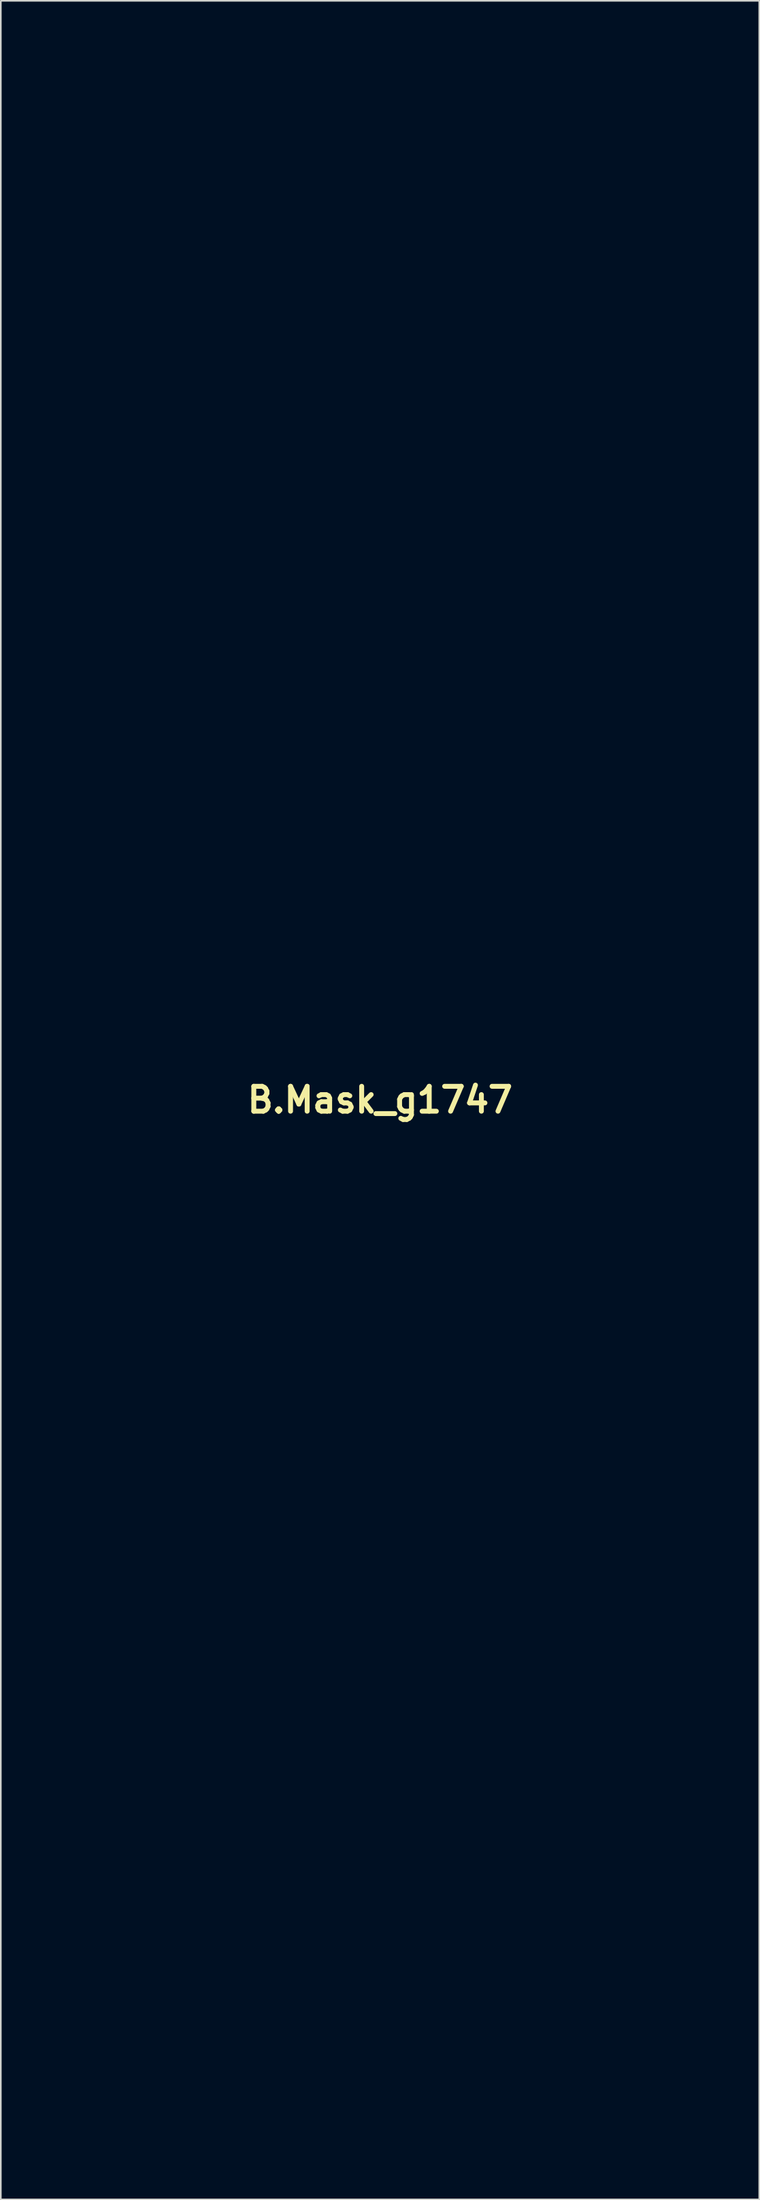
<source format=kicad_pcb>
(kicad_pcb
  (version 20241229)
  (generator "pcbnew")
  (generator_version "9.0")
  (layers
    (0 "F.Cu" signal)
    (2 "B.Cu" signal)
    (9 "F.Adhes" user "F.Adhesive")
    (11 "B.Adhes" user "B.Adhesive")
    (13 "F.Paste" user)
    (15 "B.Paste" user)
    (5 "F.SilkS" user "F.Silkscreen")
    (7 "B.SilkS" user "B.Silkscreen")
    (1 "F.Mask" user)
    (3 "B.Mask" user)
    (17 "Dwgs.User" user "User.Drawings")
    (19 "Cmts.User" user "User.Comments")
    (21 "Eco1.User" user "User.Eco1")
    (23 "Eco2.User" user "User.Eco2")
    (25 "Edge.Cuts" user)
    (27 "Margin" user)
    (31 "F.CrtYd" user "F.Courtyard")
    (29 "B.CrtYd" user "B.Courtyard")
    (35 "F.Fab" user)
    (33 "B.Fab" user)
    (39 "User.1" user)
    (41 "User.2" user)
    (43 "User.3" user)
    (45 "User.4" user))
  (footprint "B.Mask_g1747"
    (layer "F.Cu")
    (at 20.219 64.246)
    (property "Reference" "B.Mask_g1747" (at 0 0 0) (layer "F.SilkS") (effects (font (size 1.524 1.524) (thickness 0.3))))
    (attr through_hole)
    (fp_poly (pts (xy 20.214 -57.764) (xy -20.214 -57.764) (xy -20.214 -64.241) (xy 20.214 -64.241) (xy 20.214 -57.764)) (stroke (width 0.01) (type solid)) (fill yes) (layer "B.Mask"))
    (fp_poly (pts (xy 20.214 64.262) (xy -20.214 64.262) (xy -20.214 58.251) (xy 20.214 58.251) (xy 20.214 64.262)) (stroke (width 0.01) (type solid)) (fill yes) (layer "B.Mask"))
    (fp_poly (pts (xy 1.044 -2.198) (xy 1.289 -2.133) (xy 1.511 -2.038) (xy 1.713 -1.911) (xy 1.897 -1.75) (xy 2.056 -1.562) (xy 2.186 -1.353) (xy 2.274 -1.146) (xy 2.338 -0.897) (xy 2.362 -0.647) (xy 2.347 -0.4) (xy 2.295 -0.161) (xy 2.209 0.067) (xy 2.089 0.279) (xy 1.937 0.472) (xy 1.755 0.64) (xy 1.544 0.781) (xy 1.503 0.803) (xy 1.277 0.899) (xy 1.035 0.961) (xy 0.789 0.987) (xy 0.546 0.976) (xy 0.459 0.963) (xy 0.212 0.895) (xy -0.018 0.79) (xy -0.228 0.651) (xy -0.414 0.482) (xy -0.573 0.285) (xy -0.701 0.064) (xy -0.775 -0.116) (xy -0.818 -0.287) (xy -0.842 -0.481) (xy -0.846 -0.682) (xy -0.83 -0.874) (xy -0.806 -0.997) (xy -0.724 -1.244) (xy -0.609 -1.468) (xy -0.465 -1.666) (xy -0.296 -1.836) (xy -0.105 -1.978) (xy 0.103 -2.09) (xy 0.326 -2.169) (xy 0.56 -2.215) (xy 0.8 -2.225) (xy 1.044 -2.198)) (stroke (width 0.01) (type solid)) (fill yes) (layer "B.Mask"))
    (fp_poly (pts (xy 6.124 -2.198) (xy 6.369 -2.133) (xy 6.591 -2.038) (xy 6.793 -1.911) (xy 6.977 -1.75) (xy 7.136 -1.562) (xy 7.266 -1.353) (xy 7.354 -1.146) (xy 7.418 -0.897) (xy 7.441 -0.649) (xy 7.427 -0.404) (xy 7.377 -0.168) (xy 7.292 0.057) (xy 7.176 0.267) (xy 7.029 0.457) (xy 6.854 0.624) (xy 6.654 0.765) (xy 6.429 0.875) (xy 6.265 0.93) (xy 6.086 0.966) (xy 5.89 0.984) (xy 5.695 0.982) (xy 5.539 0.963) (xy 5.292 0.895) (xy 5.062 0.79) (xy 4.852 0.651) (xy 4.666 0.482) (xy 4.507 0.285) (xy 4.379 0.064) (xy 4.305 -0.116) (xy 4.262 -0.287) (xy 4.238 -0.481) (xy 4.234 -0.682) (xy 4.25 -0.874) (xy 4.274 -0.997) (xy 4.356 -1.244) (xy 4.471 -1.468) (xy 4.615 -1.666) (xy 4.784 -1.836) (xy 4.975 -1.978) (xy 5.183 -2.09) (xy 5.406 -2.169) (xy 5.64 -2.215) (xy 5.88 -2.225) (xy 6.124 -2.198)) (stroke (width 0.01) (type solid)) (fill yes) (layer "B.Mask"))
    (fp_poly (pts (xy 6.015 4.124) (xy 6.258 4.17) (xy 6.497 4.256) (xy 6.583 4.298) (xy 6.798 4.432) (xy 6.982 4.593) (xy 7.137 4.777) (xy 7.261 4.979) (xy 7.353 5.196) (xy 7.413 5.423) (xy 7.439 5.657) (xy 7.432 5.892) (xy 7.391 6.126) (xy 7.314 6.353) (xy 7.201 6.571) (xy 7.052 6.773) (xy 7.023 6.806) (xy 6.846 6.97) (xy 6.642 7.109) (xy 6.42 7.217) (xy 6.19 7.289) (xy 6.187 7.29) (xy 6.031 7.313) (xy 5.854 7.322) (xy 5.675 7.316) (xy 5.51 7.296) (xy 5.44 7.28) (xy 5.193 7.195) (xy 4.967 7.076) (xy 4.766 6.923) (xy 4.593 6.741) (xy 4.449 6.532) (xy 4.337 6.299) (xy 4.274 6.098) (xy 4.243 5.92) (xy 4.233 5.723) (xy 4.243 5.523) (xy 4.273 5.334) (xy 4.305 5.218) (xy 4.407 4.98) (xy 4.54 4.768) (xy 4.7 4.583) (xy 4.883 4.426) (xy 5.086 4.299) (xy 5.304 4.204) (xy 5.534 4.142) (xy 5.773 4.115) (xy 6.015 4.124)) (stroke (width 0.01) (type solid)) (fill yes) (layer "B.Mask"))
    (fp_poly (pts (xy 0.935 4.124) (xy 1.178 4.17) (xy 1.417 4.256) (xy 1.503 4.298) (xy 1.719 4.433) (xy 1.905 4.595) (xy 2.061 4.781) (xy 2.186 4.987) (xy 2.278 5.208) (xy 2.337 5.44) (xy 2.361 5.68) (xy 2.349 5.922) (xy 2.3 6.164) (xy 2.213 6.4) (xy 2.134 6.55) (xy 2.077 6.635) (xy 1.999 6.734) (xy 1.912 6.831) (xy 1.875 6.869) (xy 1.679 7.035) (xy 1.462 7.165) (xy 1.226 7.258) (xy 1.14 7.281) (xy 0.958 7.312) (xy 0.761 7.323) (xy 0.564 7.315) (xy 0.386 7.287) (xy 0.36 7.28) (xy 0.113 7.195) (xy -0.113 7.076) (xy -0.314 6.923) (xy -0.487 6.741) (xy -0.631 6.532) (xy -0.743 6.299) (xy -0.806 6.098) (xy -0.837 5.92) (xy -0.847 5.723) (xy -0.837 5.523) (xy -0.807 5.334) (xy -0.775 5.218) (xy -0.673 4.98) (xy -0.54 4.768) (xy -0.38 4.583) (xy -0.197 4.426) (xy 0.006 4.299) (xy 0.224 4.204) (xy 0.454 4.142) (xy 0.693 4.115) (xy 0.935 4.124)) (stroke (width 0.01) (type solid)) (fill yes) (layer "B.Mask"))
    (fp_poly (pts (xy 0.993 10.489) (xy 1.25 10.546) (xy 1.36 10.583) (xy 1.547 10.673) (xy 1.729 10.797) (xy 1.898 10.95) (xy 2.046 11.122) (xy 2.166 11.307) (xy 2.188 11.351) (xy 2.266 11.525) (xy 2.317 11.688) (xy 2.346 11.855) (xy 2.356 12.043) (xy 2.356 12.076) (xy 2.348 12.269) (xy 2.323 12.438) (xy 2.275 12.6) (xy 2.202 12.772) (xy 2.188 12.801) (xy 2.059 13.015) (xy 1.899 13.205) (xy 1.713 13.366) (xy 1.504 13.496) (xy 1.277 13.594) (xy 1.037 13.657) (xy 0.787 13.683) (xy 0.556 13.672) (xy 0.305 13.621) (xy 0.069 13.532) (xy -0.148 13.407) (xy -0.344 13.248) (xy -0.516 13.058) (xy -0.658 12.839) (xy -0.677 12.805) (xy -0.769 12.582) (xy -0.826 12.345) (xy -0.847 12.099) (xy -0.833 11.852) (xy -0.782 11.612) (xy -0.697 11.386) (xy -0.677 11.346) (xy -0.538 11.124) (xy -0.373 10.931) (xy -0.183 10.771) (xy 0.026 10.643) (xy 0.252 10.55) (xy 0.491 10.492) (xy 0.739 10.471) (xy 0.993 10.489)) (stroke (width 0.01) (type solid)) (fill yes) (layer "B.Mask"))
    (fp_poly (pts (xy 6.012 10.48) (xy 6.269 10.528) (xy 6.507 10.614) (xy 6.726 10.738) (xy 6.928 10.901) (xy 7.108 11.094) (xy 7.247 11.302) (xy 7.348 11.526) (xy 7.411 11.767) (xy 7.436 12.028) (xy 7.436 12.076) (xy 7.428 12.269) (xy 7.403 12.438) (xy 7.355 12.6) (xy 7.282 12.772) (xy 7.268 12.801) (xy 7.139 13.015) (xy 6.979 13.205) (xy 6.793 13.366) (xy 6.584 13.496) (xy 6.357 13.594) (xy 6.117 13.657) (xy 5.867 13.683) (xy 5.636 13.672) (xy 5.388 13.622) (xy 5.154 13.533) (xy 4.938 13.41) (xy 4.743 13.254) (xy 4.573 13.07) (xy 4.431 12.859) (xy 4.32 12.625) (xy 4.284 12.52) (xy 4.264 12.424) (xy 4.25 12.298) (xy 4.243 12.154) (xy 4.243 12.003) (xy 4.249 11.859) (xy 4.263 11.732) (xy 4.283 11.634) (xy 4.284 11.631) (xy 4.379 11.389) (xy 4.507 11.17) (xy 4.664 10.976) (xy 4.847 10.81) (xy 5.051 10.674) (xy 5.274 10.571) (xy 5.512 10.502) (xy 5.76 10.472) (xy 6.012 10.48)) (stroke (width 0.01) (type solid)) (fill yes) (layer "B.Mask"))
    (fp_poly (pts (xy 0.875 16.826) (xy 1.129 16.864) (xy 1.264 16.901) (xy 1.489 16.994) (xy 1.697 17.123) (xy 1.884 17.283) (xy 2.046 17.471) (xy 2.18 17.681) (xy 2.28 17.908) (xy 2.321 18.05) (xy 2.343 18.179) (xy 2.354 18.333) (xy 2.355 18.497) (xy 2.345 18.654) (xy 2.324 18.789) (xy 2.321 18.807) (xy 2.294 18.893) (xy 2.255 18.999) (xy 2.209 19.107) (xy 2.188 19.151) (xy 2.06 19.364) (xy 1.9 19.552) (xy 1.714 19.713) (xy 1.506 19.844) (xy 1.28 19.943) (xy 1.042 20.007) (xy 0.796 20.035) (xy 0.545 20.022) (xy 0.543 20.022) (xy 0.294 19.968) (xy 0.063 19.879) (xy -0.148 19.757) (xy -0.335 19.607) (xy -0.497 19.431) (xy -0.632 19.234) (xy -0.736 19.018) (xy -0.808 18.788) (xy -0.845 18.546) (xy -0.845 18.297) (xy -0.805 18.043) (xy -0.805 18.039) (xy -0.726 17.802) (xy -0.611 17.581) (xy -0.463 17.379) (xy -0.286 17.201) (xy -0.083 17.053) (xy 0.138 16.939) (xy 0.373 16.864) (xy 0.62 16.826) (xy 0.875 16.826)) (stroke (width 0.01) (type solid)) (fill yes) (layer "B.Mask"))
    (fp_poly (pts (xy 6.012 16.83) (xy 6.269 16.878) (xy 6.507 16.964) (xy 6.726 17.088) (xy 6.928 17.251) (xy 7.108 17.444) (xy 7.247 17.652) (xy 7.348 17.876) (xy 7.411 18.117) (xy 7.436 18.378) (xy 7.436 18.426) (xy 7.428 18.619) (xy 7.403 18.788) (xy 7.355 18.95) (xy 7.282 19.122) (xy 7.268 19.151) (xy 7.14 19.364) (xy 6.98 19.552) (xy 6.794 19.713) (xy 6.586 19.844) (xy 6.36 19.943) (xy 6.122 20.007) (xy 5.876 20.035) (xy 5.625 20.022) (xy 5.623 20.022) (xy 5.372 19.967) (xy 5.137 19.875) (xy 4.921 19.749) (xy 4.727 19.59) (xy 4.558 19.402) (xy 4.418 19.187) (xy 4.311 18.949) (xy 4.284 18.87) (xy 4.264 18.774) (xy 4.25 18.648) (xy 4.243 18.504) (xy 4.243 18.353) (xy 4.249 18.209) (xy 4.263 18.082) (xy 4.283 17.984) (xy 4.284 17.981) (xy 4.379 17.739) (xy 4.507 17.52) (xy 4.664 17.326) (xy 4.847 17.16) (xy 5.051 17.024) (xy 5.274 16.921) (xy 5.512 16.852) (xy 5.76 16.822) (xy 6.012 16.83)) (stroke (width 0.01) (type solid)) (fill yes) (layer "B.Mask"))
    (fp_poly (pts (xy 13.012 0.671) (xy 13.31 0.712) (xy 13.602 0.789) (xy 13.885 0.901) (xy 14.156 1.049) (xy 14.41 1.232) (xy 14.645 1.45) (xy 14.847 1.693) (xy 15.014 1.956) (xy 15.146 2.235) (xy 15.241 2.527) (xy 15.301 2.827) (xy 15.324 3.132) (xy 15.311 3.439) (xy 15.261 3.742) (xy 15.173 4.039) (xy 15.047 4.325) (xy 14.896 4.579) (xy 14.697 4.835) (xy 14.469 5.061) (xy 14.214 5.256) (xy 13.934 5.417) (xy 13.631 5.544) (xy 13.441 5.603) (xy 13.287 5.634) (xy 13.106 5.656) (xy 12.909 5.667) (xy 12.711 5.668) (xy 12.524 5.658) (xy 12.361 5.637) (xy 12.33 5.631) (xy 12.009 5.544) (xy 11.711 5.421) (xy 11.436 5.262) (xy 11.325 5.184) (xy 11.079 4.976) (xy 10.867 4.744) (xy 10.689 4.494) (xy 10.545 4.227) (xy 10.435 3.948) (xy 10.36 3.659) (xy 10.32 3.364) (xy 10.314 3.067) (xy 10.344 2.771) (xy 10.409 2.478) (xy 10.51 2.193) (xy 10.647 1.918) (xy 10.821 1.658) (xy 11.03 1.415) (xy 11.06 1.385) (xy 11.3 1.175) (xy 11.559 1.001) (xy 11.833 0.863) (xy 12.119 0.762) (xy 12.413 0.696) (xy 12.712 0.665) (xy 13.012 0.671)) (stroke (width 0.01) (type solid)) (fill yes) (layer "B.Mask"))
    (fp_poly (pts (xy 10.734 -23.205) (xy 11.087 -23.142) (xy 11.434 -23.042) (xy 11.772 -22.907) (xy 12.097 -22.736) (xy 12.406 -22.529) (xy 12.698 -22.285) (xy 12.794 -22.192) (xy 13.051 -21.907) (xy 13.272 -21.599) (xy 13.459 -21.272) (xy 13.608 -20.93) (xy 13.721 -20.575) (xy 13.797 -20.209) (xy 13.833 -19.838) (xy 13.831 -19.463) (xy 13.789 -19.087) (xy 13.706 -18.714) (xy 13.652 -18.537) (xy 13.514 -18.189) (xy 13.339 -17.858) (xy 13.131 -17.549) (xy 12.893 -17.263) (xy 12.628 -17.004) (xy 12.338 -16.773) (xy 12.025 -16.573) (xy 11.694 -16.408) (xy 11.347 -16.28) (xy 11.197 -16.237) (xy 10.881 -16.171) (xy 10.557 -16.13) (xy 10.24 -16.116) (xy 9.957 -16.13) (xy 9.573 -16.187) (xy 9.202 -16.284) (xy 8.848 -16.418) (xy 8.511 -16.587) (xy 8.195 -16.791) (xy 7.903 -17.027) (xy 7.636 -17.294) (xy 7.397 -17.59) (xy 7.189 -17.913) (xy 7.096 -18.087) (xy 6.944 -18.438) (xy 6.831 -18.802) (xy 6.76 -19.178) (xy 6.728 -19.567) (xy 6.735 -19.928) (xy 6.779 -20.3) (xy 6.863 -20.665) (xy 6.987 -21.02) (xy 7.147 -21.36) (xy 7.343 -21.683) (xy 7.573 -21.983) (xy 7.733 -22.158) (xy 8.015 -22.418) (xy 8.317 -22.642) (xy 8.636 -22.83) (xy 8.968 -22.982) (xy 9.311 -23.099) (xy 9.662 -23.179) (xy 10.018 -23.224) (xy 10.376 -23.232) (xy 10.734 -23.205)) (stroke (width 0.01) (type solid)) (fill yes) (layer "B.Mask"))
    (fp_poly (pts (xy 10.5 -51.168) (xy 10.866 -51.127) (xy 11.226 -51.047) (xy 11.577 -50.93) (xy 11.915 -50.777) (xy 12.239 -50.586) (xy 12.544 -50.36) (xy 12.805 -50.121) (xy 13.06 -49.835) (xy 13.279 -49.53) (xy 13.463 -49.206) (xy 13.61 -48.869) (xy 13.721 -48.52) (xy 13.796 -48.163) (xy 13.833 -47.801) (xy 13.834 -47.436) (xy 13.797 -47.072) (xy 13.722 -46.712) (xy 13.609 -46.359) (xy 13.457 -46.016) (xy 13.267 -45.686) (xy 13.24 -45.646) (xy 13.005 -45.331) (xy 12.743 -45.049) (xy 12.456 -44.799) (xy 12.145 -44.584) (xy 11.812 -44.404) (xy 11.46 -44.26) (xy 11.09 -44.153) (xy 10.703 -44.085) (xy 10.548 -44.069) (xy 10.432 -44.06) (xy 10.344 -44.054) (xy 10.27 -44.052) (xy 10.196 -44.054) (xy 10.109 -44.059) (xy 9.995 -44.068) (xy 9.98 -44.07) (xy 9.625 -44.119) (xy 9.27 -44.206) (xy 8.924 -44.327) (xy 8.595 -44.481) (xy 8.319 -44.646) (xy 8.011 -44.875) (xy 7.732 -45.133) (xy 7.484 -45.416) (xy 7.268 -45.722) (xy 7.085 -46.047) (xy 6.938 -46.39) (xy 6.829 -46.745) (xy 6.759 -47.112) (xy 6.735 -47.355) (xy 6.729 -47.747) (xy 6.76 -48.122) (xy 6.83 -48.484) (xy 6.94 -48.837) (xy 7.089 -49.185) (xy 7.124 -49.255) (xy 7.309 -49.569) (xy 7.528 -49.866) (xy 7.777 -50.14) (xy 8.051 -50.387) (xy 8.346 -50.603) (xy 8.658 -50.783) (xy 8.668 -50.788) (xy 9.024 -50.944) (xy 9.389 -51.059) (xy 9.758 -51.135) (xy 10.129 -51.171) (xy 10.5 -51.168)) (stroke (width 0.01) (type solid)) (fill yes) (layer "B.Mask"))
    (fp_poly (pts (xy 12.975 12.121) (xy 13.126 12.129) (xy 13.26 12.145) (xy 13.39 12.172) (xy 13.529 12.21) (xy 13.618 12.237) (xy 13.907 12.353) (xy 14.18 12.507) (xy 14.435 12.7) (xy 14.637 12.892) (xy 14.848 13.143) (xy 15.021 13.413) (xy 15.156 13.699) (xy 15.252 14.002) (xy 15.308 14.319) (xy 15.325 14.616) (xy 15.304 14.944) (xy 15.244 15.26) (xy 15.145 15.561) (xy 15.006 15.846) (xy 14.829 16.114) (xy 14.637 16.339) (xy 14.398 16.562) (xy 14.142 16.748) (xy 13.868 16.896) (xy 13.573 17.008) (xy 13.254 17.086) (xy 13.221 17.091) (xy 13.108 17.106) (xy 12.969 17.115) (xy 12.819 17.12) (xy 12.675 17.12) (xy 12.553 17.113) (xy 12.52 17.11) (xy 12.471 17.102) (xy 12.395 17.087) (xy 12.303 17.068) (xy 12.258 17.058) (xy 11.952 16.969) (xy 11.664 16.843) (xy 11.397 16.683) (xy 11.153 16.491) (xy 10.934 16.27) (xy 10.744 16.023) (xy 10.584 15.752) (xy 10.457 15.459) (xy 10.365 15.148) (xy 10.348 15.07) (xy 10.336 14.979) (xy 10.327 14.857) (xy 10.323 14.716) (xy 10.322 14.567) (xy 10.325 14.422) (xy 10.332 14.292) (xy 10.343 14.189) (xy 10.348 14.161) (xy 10.431 13.845) (xy 10.551 13.546) (xy 10.705 13.268) (xy 10.892 13.012) (xy 11.108 12.783) (xy 11.351 12.582) (xy 11.62 12.412) (xy 11.878 12.291) (xy 12.062 12.223) (xy 12.232 12.174) (xy 12.403 12.142) (xy 12.587 12.125) (xy 12.795 12.119) (xy 12.975 12.121)) (stroke (width 0.01) (type solid)) (fill yes) (layer "B.Mask"))
    (fp_poly (pts (xy 5.495 42.059) (xy 5.767 42.09) (xy 6.023 42.144) (xy 6.275 42.224) (xy 6.533 42.333) (xy 6.575 42.353) (xy 6.906 42.534) (xy 7.206 42.745) (xy 7.477 42.985) (xy 7.715 43.253) (xy 7.921 43.547) (xy 8.095 43.867) (xy 8.234 44.213) (xy 8.34 44.583) (xy 8.341 44.588) (xy 8.368 44.742) (xy 8.387 44.926) (xy 8.398 45.126) (xy 8.4 45.329) (xy 8.393 45.524) (xy 8.376 45.697) (xy 8.373 45.714) (xy 8.3 46.077) (xy 8.188 46.421) (xy 8.038 46.747) (xy 7.85 47.055) (xy 7.624 47.345) (xy 7.495 47.484) (xy 7.226 47.733) (xy 6.939 47.945) (xy 6.632 48.121) (xy 6.303 48.262) (xy 5.947 48.37) (xy 5.905 48.38) (xy 5.747 48.41) (xy 5.558 48.431) (xy 5.352 48.443) (xy 5.141 48.446) (xy 4.937 48.441) (xy 4.751 48.426) (xy 4.636 48.409) (xy 4.282 48.324) (xy 3.945 48.201) (xy 3.627 48.043) (xy 3.329 47.852) (xy 3.055 47.632) (xy 2.807 47.383) (xy 2.588 47.108) (xy 2.399 46.811) (xy 2.243 46.493) (xy 2.123 46.156) (xy 2.051 45.863) (xy 2.002 45.502) (xy 1.993 45.144) (xy 2.024 44.793) (xy 2.092 44.451) (xy 2.196 44.121) (xy 2.335 43.805) (xy 2.506 43.506) (xy 2.709 43.227) (xy 2.941 42.97) (xy 3.202 42.739) (xy 3.489 42.536) (xy 3.801 42.363) (xy 4.136 42.224) (xy 4.188 42.206) (xy 4.379 42.147) (xy 4.553 42.104) (xy 4.724 42.075) (xy 4.906 42.058) (xy 5.111 42.051) (xy 5.196 42.05) (xy 5.495 42.059)) (stroke (width 0.01) (type solid)) (fill yes) (layer "B.Mask"))
    (fp_poly (pts (xy -14.95 42.05) (xy -14.757 42.061) (xy -14.592 42.081) (xy -14.573 42.085) (xy -14.214 42.172) (xy -13.866 42.298) (xy -13.534 42.46) (xy -13.288 42.612) (xy -13.153 42.714) (xy -13.005 42.84) (xy -12.856 42.981) (xy -12.715 43.127) (xy -12.595 43.266) (xy -12.546 43.328) (xy -12.345 43.636) (xy -12.181 43.962) (xy -12.055 44.302) (xy -11.969 44.653) (xy -11.922 45.012) (xy -11.915 45.376) (xy -11.951 45.741) (xy -11.959 45.795) (xy -12.041 46.148) (xy -12.16 46.486) (xy -12.316 46.807) (xy -12.506 47.107) (xy -12.727 47.384) (xy -12.977 47.636) (xy -13.255 47.859) (xy -13.557 48.052) (xy -13.882 48.211) (xy -14.034 48.27) (xy -14.208 48.328) (xy -14.371 48.373) (xy -14.534 48.404) (xy -14.709 48.425) (xy -14.908 48.437) (xy -15.05 48.441) (xy -15.249 48.443) (xy -15.41 48.44) (xy -15.537 48.432) (xy -15.621 48.42) (xy -15.996 48.334) (xy -16.348 48.211) (xy -16.678 48.053) (xy -16.985 47.859) (xy -17.269 47.631) (xy -17.453 47.449) (xy -17.691 47.167) (xy -17.892 46.863) (xy -18.057 46.537) (xy -18.186 46.188) (xy -18.269 45.868) (xy -18.294 45.713) (xy -18.311 45.529) (xy -18.319 45.328) (xy -18.319 45.124) (xy -18.31 44.929) (xy -18.292 44.755) (xy -18.281 44.683) (xy -18.193 44.324) (xy -18.068 43.983) (xy -17.909 43.663) (xy -17.716 43.364) (xy -17.493 43.09) (xy -17.241 42.843) (xy -16.963 42.624) (xy -16.66 42.436) (xy -16.335 42.281) (xy -15.99 42.162) (xy -15.721 42.097) (xy -15.554 42.071) (xy -15.361 42.055) (xy -15.155 42.048) (xy -14.95 42.05)) (stroke (width 0.01) (type solid)) (fill yes) (layer "B.Mask"))
    (fp_poly (pts (xy -10.046 29.298) (xy -9.938 29.301) (xy -9.662 29.317) (xy -9.415 29.349) (xy -9.185 29.4) (xy -8.958 29.473) (xy -8.725 29.572) (xy -8.551 29.657) (xy -8.241 29.841) (xy -7.956 30.058) (xy -7.697 30.305) (xy -7.467 30.58) (xy -7.268 30.881) (xy -7.103 31.203) (xy -6.994 31.485) (xy -6.919 31.759) (xy -6.867 32.056) (xy -6.839 32.362) (xy -6.837 32.663) (xy -6.859 32.929) (xy -6.929 33.285) (xy -7.035 33.624) (xy -7.176 33.945) (xy -7.35 34.245) (xy -7.553 34.523) (xy -7.784 34.777) (xy -8.04 35.004) (xy -8.319 35.203) (xy -8.618 35.371) (xy -8.935 35.508) (xy -9.267 35.61) (xy -9.612 35.677) (xy -9.968 35.705) (xy -10.332 35.694) (xy -10.34 35.693) (xy -10.472 35.676) (xy -10.628 35.648) (xy -10.794 35.611) (xy -10.953 35.57) (xy -11.09 35.528) (xy -11.094 35.526) (xy -11.431 35.387) (xy -11.746 35.213) (xy -12.037 35.006) (xy -12.303 34.769) (xy -12.54 34.505) (xy -12.747 34.215) (xy -12.922 33.903) (xy -13.063 33.571) (xy -13.167 33.221) (xy -13.201 33.062) (xy -13.222 32.903) (xy -13.235 32.717) (xy -13.24 32.515) (xy -13.236 32.311) (xy -13.223 32.118) (xy -13.202 31.947) (xy -13.189 31.877) (xy -13.107 31.554) (xy -13 31.258) (xy -12.866 30.978) (xy -12.702 30.708) (xy -12.484 30.42) (xy -12.236 30.159) (xy -11.96 29.929) (xy -11.661 29.73) (xy -11.34 29.566) (xy -11.002 29.438) (xy -10.649 29.347) (xy -10.573 29.333) (xy -10.468 29.317) (xy -10.375 29.305) (xy -10.281 29.299) (xy -10.175 29.297) (xy -10.046 29.298)) (stroke (width 0.01) (type solid)) (fill yes) (layer "B.Mask"))
    (fp_poly (pts (xy 10.401 29.298) (xy 10.629 29.311) (xy 10.841 29.337) (xy 10.986 29.365) (xy 11.344 29.469) (xy 11.677 29.607) (xy 11.986 29.779) (xy 12.276 29.987) (xy 12.547 30.233) (xy 12.575 30.261) (xy 12.821 30.542) (xy 13.028 30.841) (xy 13.197 31.158) (xy 13.328 31.493) (xy 13.421 31.846) (xy 13.453 32.031) (xy 13.471 32.201) (xy 13.479 32.394) (xy 13.479 32.597) (xy 13.469 32.798) (xy 13.45 32.984) (xy 13.424 33.142) (xy 13.421 33.158) (xy 13.317 33.524) (xy 13.178 33.868) (xy 13.005 34.189) (xy 12.799 34.485) (xy 12.561 34.754) (xy 12.345 34.952) (xy 12.049 35.172) (xy 11.733 35.355) (xy 11.401 35.501) (xy 11.055 35.609) (xy 10.698 35.677) (xy 10.335 35.706) (xy 9.98 35.693) (xy 9.848 35.676) (xy 9.692 35.648) (xy 9.526 35.611) (xy 9.367 35.57) (xy 9.229 35.528) (xy 9.225 35.526) (xy 8.885 35.386) (xy 8.568 35.211) (xy 8.276 35.004) (xy 8.011 34.767) (xy 7.774 34.501) (xy 7.567 34.208) (xy 7.393 33.891) (xy 7.252 33.552) (xy 7.146 33.193) (xy 7.129 33.117) (xy 7.111 33.025) (xy 7.099 32.934) (xy 7.09 32.836) (xy 7.085 32.719) (xy 7.083 32.573) (xy 7.082 32.512) (xy 7.084 32.314) (xy 7.092 32.146) (xy 7.108 31.995) (xy 7.134 31.85) (xy 7.171 31.698) (xy 7.209 31.563) (xy 7.333 31.223) (xy 7.493 30.903) (xy 7.686 30.606) (xy 7.91 30.332) (xy 8.163 30.086) (xy 8.441 29.868) (xy 8.743 29.682) (xy 9.065 29.529) (xy 9.406 29.411) (xy 9.747 29.333) (xy 9.947 29.309) (xy 10.169 29.297) (xy 10.401 29.298)) (stroke (width 0.01) (type solid)) (fill yes) (layer "B.Mask"))
    (fp_poly (pts (xy -4.79 42.05) (xy -4.597 42.061) (xy -4.432 42.081) (xy -4.413 42.085) (xy -4.131 42.151) (xy -3.848 42.242) (xy -3.576 42.355) (xy -3.327 42.484) (xy -3.193 42.568) (xy -2.892 42.795) (xy -2.623 43.049) (xy -2.388 43.328) (xy -2.187 43.632) (xy -2.021 43.959) (xy -1.99 44.034) (xy -1.884 44.331) (xy -1.812 44.629) (xy -1.77 44.938) (xy -1.757 45.264) (xy -1.777 45.632) (xy -1.839 45.989) (xy -1.94 46.333) (xy -2.08 46.663) (xy -2.258 46.976) (xy -2.473 47.27) (xy -2.645 47.463) (xy -2.846 47.658) (xy -3.044 47.822) (xy -3.25 47.963) (xy -3.471 48.088) (xy -3.666 48.183) (xy -3.844 48.258) (xy -4.024 48.319) (xy -4.222 48.372) (xy -4.255 48.38) (xy -4.413 48.41) (xy -4.602 48.431) (xy -4.808 48.443) (xy -5.019 48.446) (xy -5.223 48.441) (xy -5.409 48.426) (xy -5.524 48.409) (xy -5.875 48.324) (xy -6.212 48.201) (xy -6.531 48.043) (xy -6.829 47.852) (xy -7.105 47.63) (xy -7.355 47.381) (xy -7.576 47.105) (xy -7.765 46.807) (xy -7.921 46.487) (xy -8 46.277) (xy -8.06 46.081) (xy -8.104 45.901) (xy -8.133 45.722) (xy -8.15 45.531) (xy -8.157 45.314) (xy -8.157 45.265) (xy -8.155 45.055) (xy -8.145 44.875) (xy -8.125 44.711) (xy -8.094 44.553) (xy -8.05 44.388) (xy -8 44.232) (xy -7.865 43.89) (xy -7.694 43.571) (xy -7.491 43.276) (xy -7.257 43.008) (xy -6.996 42.768) (xy -6.708 42.558) (xy -6.396 42.381) (xy -6.063 42.237) (xy -5.711 42.13) (xy -5.561 42.097) (xy -5.394 42.071) (xy -5.201 42.055) (xy -4.995 42.048) (xy -4.79 42.05)) (stroke (width 0.01) (type solid)) (fill yes) (layer "B.Mask"))
    (fp_poly (pts (xy -11.072 5.986) (xy -10.698 6.031) (xy -10.331 6.114) (xy -9.973 6.237) (xy -9.797 6.314) (xy -9.457 6.496) (xy -9.143 6.711) (xy -8.856 6.957) (xy -8.597 7.231) (xy -8.37 7.531) (xy -8.174 7.855) (xy -8.012 8.201) (xy -7.886 8.566) (xy -7.798 8.943) (xy -7.778 9.094) (xy -7.765 9.274) (xy -7.759 9.471) (xy -7.761 9.672) (xy -7.769 9.864) (xy -7.785 10.035) (xy -7.798 10.128) (xy -7.887 10.506) (xy -8.012 10.867) (xy -8.172 11.208) (xy -8.364 11.529) (xy -8.587 11.825) (xy -8.838 12.096) (xy -9.116 12.34) (xy -9.418 12.553) (xy -9.742 12.734) (xy -10.085 12.88) (xy -10.447 12.99) (xy -10.567 13.017) (xy -10.933 13.076) (xy -11.291 13.096) (xy -11.647 13.079) (xy -12.026 13.021) (xy -12.393 12.925) (xy -12.746 12.791) (xy -13.081 12.621) (xy -13.396 12.418) (xy -13.687 12.182) (xy -13.953 11.917) (xy -14.191 11.624) (xy -14.397 11.304) (xy -14.489 11.134) (xy -14.617 10.849) (xy -14.72 10.55) (xy -14.788 10.297) (xy -14.807 10.215) (xy -14.821 10.144) (xy -14.832 10.077) (xy -14.839 10.006) (xy -14.844 9.924) (xy -14.846 9.822) (xy -14.847 9.693) (xy -14.848 9.536) (xy -14.847 9.373) (xy -14.846 9.245) (xy -14.844 9.145) (xy -14.839 9.063) (xy -14.831 8.992) (xy -14.821 8.925) (xy -14.806 8.854) (xy -14.788 8.774) (xy -14.676 8.387) (xy -14.529 8.023) (xy -14.348 7.683) (xy -14.134 7.368) (xy -13.887 7.08) (xy -13.61 6.82) (xy -13.301 6.588) (xy -12.963 6.386) (xy -12.891 6.349) (xy -12.546 6.199) (xy -12.188 6.087) (xy -11.82 6.015) (xy -11.447 5.981) (xy -11.072 5.986)) (stroke (width 0.01) (type solid)) (fill yes) (layer "B.Mask"))
    (fp_poly (pts (xy -11.064 -23.225) (xy -10.696 -23.181) (xy -10.332 -23.098) (xy -9.976 -22.976) (xy -9.79 -22.894) (xy -9.451 -22.71) (xy -9.139 -22.495) (xy -8.855 -22.252) (xy -8.6 -21.982) (xy -8.376 -21.689) (xy -8.184 -21.375) (xy -8.025 -21.043) (xy -7.901 -20.696) (xy -7.814 -20.336) (xy -7.764 -19.966) (xy -7.753 -19.588) (xy -7.782 -19.206) (xy -7.802 -19.071) (xy -7.886 -18.702) (xy -8.008 -18.346) (xy -8.167 -18.006) (xy -8.36 -17.686) (xy -8.586 -17.387) (xy -8.841 -17.114) (xy -9.125 -16.867) (xy -9.434 -16.651) (xy -9.766 -16.467) (xy -9.93 -16.393) (xy -10.242 -16.281) (xy -10.576 -16.196) (xy -10.919 -16.141) (xy -11.262 -16.117) (xy -11.592 -16.126) (xy -11.633 -16.13) (xy -12.015 -16.187) (xy -12.383 -16.283) (xy -12.736 -16.416) (xy -13.07 -16.584) (xy -13.384 -16.785) (xy -13.675 -17.018) (xy -13.941 -17.28) (xy -14.178 -17.569) (xy -14.385 -17.884) (xy -14.559 -18.222) (xy -14.658 -18.468) (xy -14.693 -18.57) (xy -14.73 -18.696) (xy -14.766 -18.827) (xy -14.788 -18.913) (xy -14.807 -18.995) (xy -14.821 -19.066) (xy -14.832 -19.133) (xy -14.839 -19.204) (xy -14.844 -19.286) (xy -14.846 -19.388) (xy -14.847 -19.517) (xy -14.848 -19.674) (xy -14.847 -19.837) (xy -14.846 -19.965) (xy -14.844 -20.066) (xy -14.839 -20.148) (xy -14.831 -20.218) (xy -14.821 -20.285) (xy -14.806 -20.356) (xy -14.788 -20.435) (xy -14.68 -20.814) (xy -14.541 -21.166) (xy -14.369 -21.494) (xy -14.163 -21.801) (xy -13.921 -22.09) (xy -13.776 -22.238) (xy -13.49 -22.486) (xy -13.183 -22.7) (xy -12.857 -22.879) (xy -12.516 -23.022) (xy -12.163 -23.129) (xy -11.801 -23.198) (xy -11.434 -23.231) (xy -11.064 -23.225)) (stroke (width 0.01) (type solid)) (fill yes) (layer "B.Mask"))
    (fp_poly (pts (xy 15.696 42.058) (xy 16.061 42.117) (xy 16.097 42.125) (xy 16.44 42.226) (xy 16.768 42.364) (xy 17.076 42.538) (xy 17.364 42.744) (xy 17.627 42.98) (xy 17.863 43.243) (xy 18.069 43.531) (xy 18.242 43.841) (xy 18.38 44.17) (xy 18.41 44.26) (xy 18.457 44.413) (xy 18.493 44.545) (xy 18.518 44.666) (xy 18.536 44.788) (xy 18.546 44.921) (xy 18.551 45.074) (xy 18.552 45.254) (xy 18.551 45.413) (xy 18.548 45.539) (xy 18.543 45.64) (xy 18.535 45.725) (xy 18.523 45.804) (xy 18.507 45.884) (xy 18.504 45.896) (xy 18.402 46.263) (xy 18.265 46.607) (xy 18.092 46.928) (xy 17.884 47.225) (xy 17.675 47.464) (xy 17.406 47.716) (xy 17.124 47.929) (xy 16.823 48.106) (xy 16.501 48.248) (xy 16.152 48.359) (xy 16.066 48.38) (xy 15.907 48.41) (xy 15.718 48.431) (xy 15.512 48.443) (xy 15.301 48.446) (xy 15.097 48.441) (xy 14.911 48.426) (xy 14.796 48.409) (xy 14.442 48.324) (xy 14.104 48.2) (xy 13.784 48.042) (xy 13.485 47.851) (xy 13.21 47.629) (xy 12.961 47.378) (xy 12.74 47.102) (xy 12.551 46.802) (xy 12.396 46.48) (xy 12.289 46.182) (xy 12.243 46.016) (xy 12.208 45.867) (xy 12.185 45.722) (xy 12.17 45.569) (xy 12.163 45.396) (xy 12.162 45.233) (xy 12.164 45.075) (xy 12.168 44.949) (xy 12.175 44.844) (xy 12.186 44.752) (xy 12.202 44.661) (xy 12.209 44.629) (xy 12.308 44.262) (xy 12.442 43.916) (xy 12.611 43.593) (xy 12.814 43.294) (xy 13.049 43.022) (xy 13.315 42.776) (xy 13.61 42.561) (xy 13.931 42.378) (xy 14.267 42.234) (xy 14.614 42.129) (xy 14.97 42.065) (xy 15.331 42.041) (xy 15.696 42.058)) (stroke (width 0.01) (type solid)) (fill yes) (layer "B.Mask"))
    (fp_poly (pts (xy -10.798 -51.137) (xy -10.425 -51.063) (xy -10.176 -50.99) (xy -9.824 -50.852) (xy -9.495 -50.68) (xy -9.189 -50.477) (xy -8.91 -50.245) (xy -8.657 -49.987) (xy -8.432 -49.706) (xy -8.236 -49.404) (xy -8.072 -49.085) (xy -7.94 -48.75) (xy -7.842 -48.403) (xy -7.779 -48.046) (xy -7.752 -47.683) (xy -7.764 -47.314) (xy -7.815 -46.945) (xy -7.898 -46.603) (xy -8.027 -46.24) (xy -8.192 -45.898) (xy -8.389 -45.579) (xy -8.618 -45.286) (xy -8.874 -45.019) (xy -9.157 -44.781) (xy -9.464 -44.573) (xy -9.793 -44.398) (xy -10.141 -44.257) (xy -10.505 -44.152) (xy -10.885 -44.085) (xy -11.037 -44.07) (xy -11.153 -44.061) (xy -11.24 -44.055) (xy -11.311 -44.052) (xy -11.377 -44.053) (xy -11.454 -44.057) (xy -11.552 -44.065) (xy -11.62 -44.07) (xy -11.997 -44.122) (xy -12.361 -44.213) (xy -12.709 -44.341) (xy -13.039 -44.504) (xy -13.35 -44.699) (xy -13.638 -44.926) (xy -13.902 -45.182) (xy -14.14 -45.465) (xy -14.349 -45.773) (xy -14.527 -46.104) (xy -14.672 -46.456) (xy -14.782 -46.828) (xy -14.799 -46.905) (xy -14.815 -46.983) (xy -14.827 -47.055) (xy -14.836 -47.129) (xy -14.842 -47.213) (xy -14.845 -47.315) (xy -14.847 -47.443) (xy -14.848 -47.605) (xy -14.847 -47.625) (xy -14.847 -47.786) (xy -14.846 -47.912) (xy -14.843 -48.012) (xy -14.838 -48.094) (xy -14.83 -48.165) (xy -14.819 -48.233) (xy -14.804 -48.306) (xy -14.788 -48.375) (xy -14.685 -48.741) (xy -14.555 -49.079) (xy -14.395 -49.392) (xy -14.202 -49.688) (xy -13.973 -49.971) (xy -13.865 -50.089) (xy -13.587 -50.348) (xy -13.287 -50.574) (xy -12.966 -50.765) (xy -12.629 -50.92) (xy -12.278 -51.039) (xy -11.916 -51.121) (xy -11.546 -51.165) (xy -11.173 -51.171) (xy -10.798 -51.137)) (stroke (width 0.01) (type solid)) (fill yes) (layer "B.Mask")))
  (gr_rect
    (start -3 -3)
    (end 43.438 131.513)
    (stroke (width 0.1) (type default))
    (fill no)
    (layer "Edge.Cuts")))
</source>
